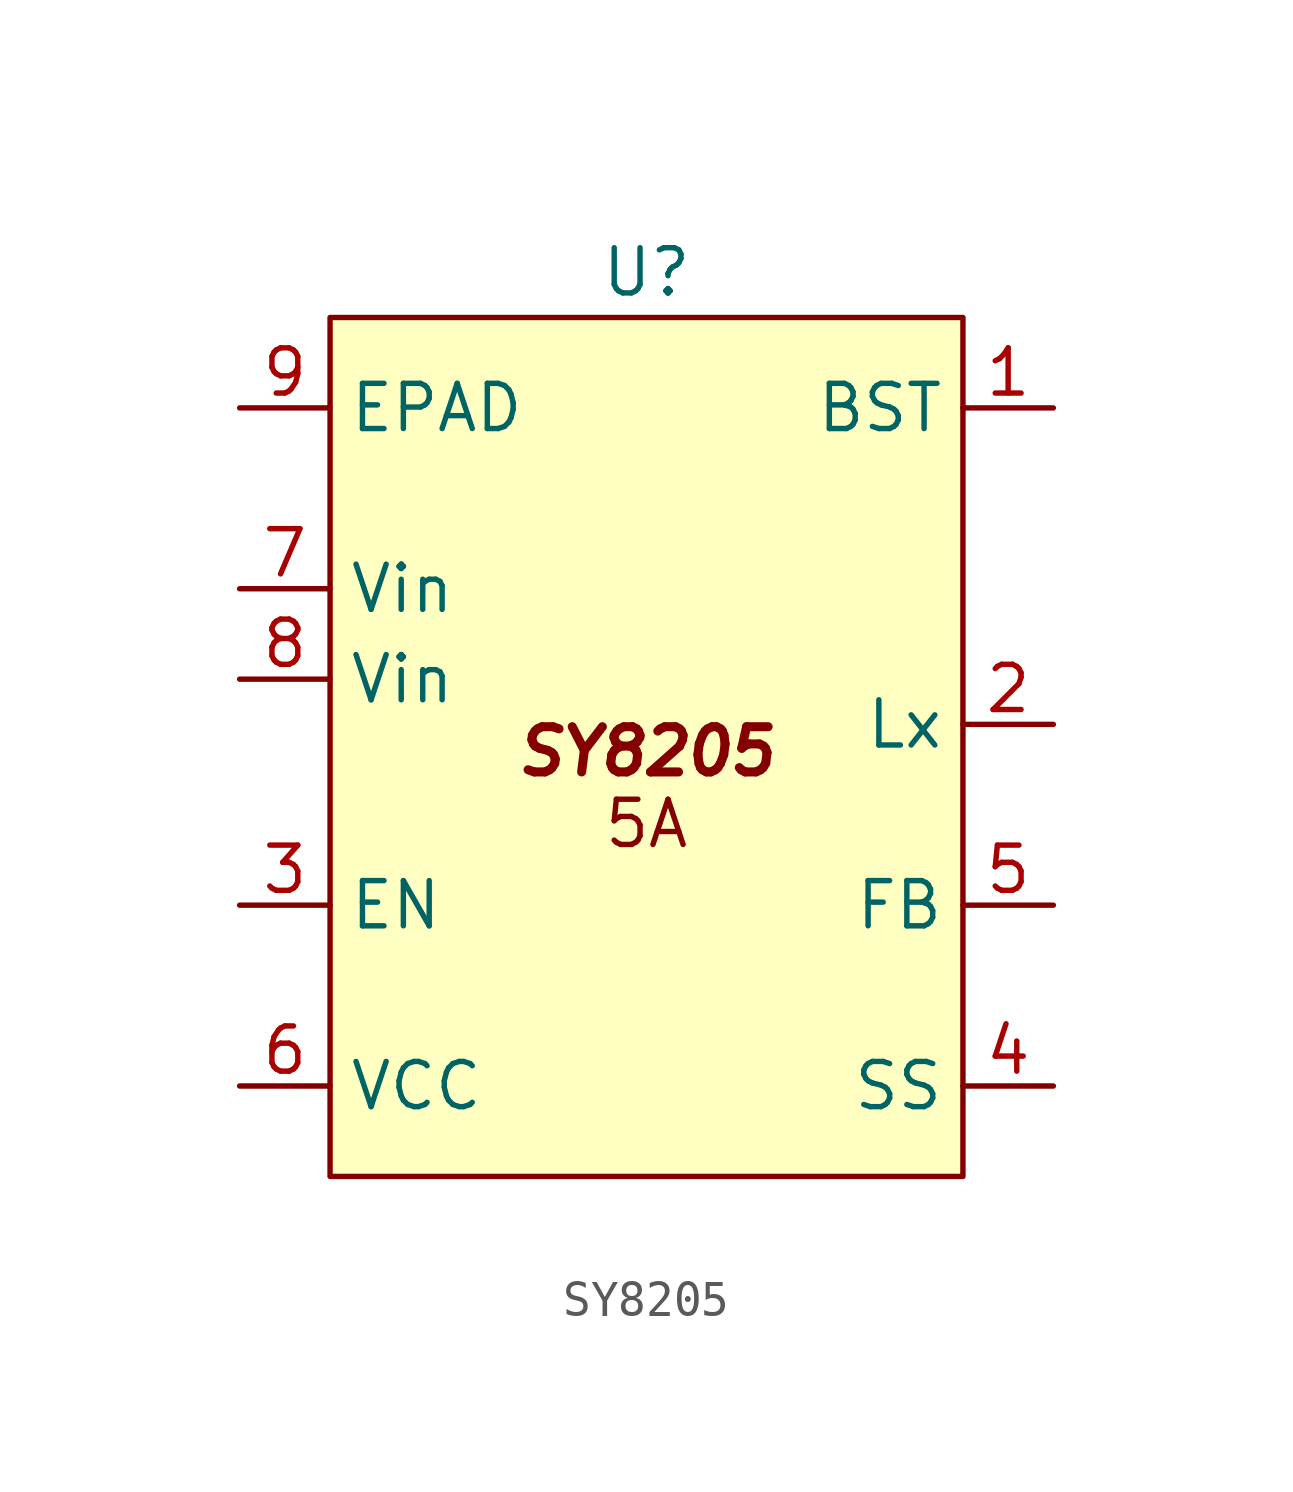
<source format=kicad_sym>
(kicad_symbol_lib
  (version 20231120)
  (generator "kicad_symbol_editor")
  (generator_version "8.0")
  (symbol "SY8205"
    (property "Reference" "U"
      (at 0 0 0)
      (effects (font (size 1.27 1.27))))
    (property "Value" ""
      (at 0 0 0)
      (effects (font (size 1.27 1.27))))
    (symbol "SY8205_1_1"
      (rectangle (start -8.89 -1.27) (end 8.89 -25.4) (stroke (width 0) (type default)) (fill (type background)))
      (text "5A" (at 0 -15.494 0) (effects (font (size 1.27 1.27))))
      (text "SY8205" (at 0 -13.462 0) (effects (font (size 1.27 1.27) (bold yes) (italic yes))))
      (pin input line (at 11.43 -3.81 180) (length 2.54) (name "BST" (effects (font (size 1.27 1.27)))) (number "1" (effects (font (size 1.27 1.27)))))
      (pin input line (at 11.43 -12.7 180) (length 2.54) (name "Lx" (effects (font (size 1.27 1.27)))) (number "2" (effects (font (size 1.27 1.27)))))
      (pin input line (at -11.43 -17.78 0) (length 2.54) (name "EN" (effects (font (size 1.27 1.27)))) (number "3" (effects (font (size 1.27 1.27)))))
      (pin input line (at 11.43 -22.86 180) (length 2.54) (name "SS" (effects (font (size 1.27 1.27)))) (number "4" (effects (font (size 1.27 1.27)))))
      (pin input line (at 11.43 -17.78 180) (length 2.54) (name "FB" (effects (font (size 1.27 1.27)))) (number "5" (effects (font (size 1.27 1.27)))))
      (pin input line (at -11.43 -22.86 0) (length 2.54) (name "VCC" (effects (font (size 1.27 1.27)))) (number "6" (effects (font (size 1.27 1.27)))))
      (pin input line (at -11.43 -8.89 0) (length 2.54) (name "Vin" (effects (font (size 1.27 1.27)))) (number "7" (effects (font (size 1.27 1.27)))))
      (pin input line (at -11.43 -11.43 0) (length 2.54) (name "Vin" (effects (font (size 1.27 1.27)))) (number "8" (effects (font (size 1.27 1.27)))))
      (pin input line (at -11.43 -3.81 0) (length 2.54) (name "EPAD" (effects (font (size 1.27 1.27)))) (number "9" (effects (font (size 1.27 1.27))))))))
</source>
